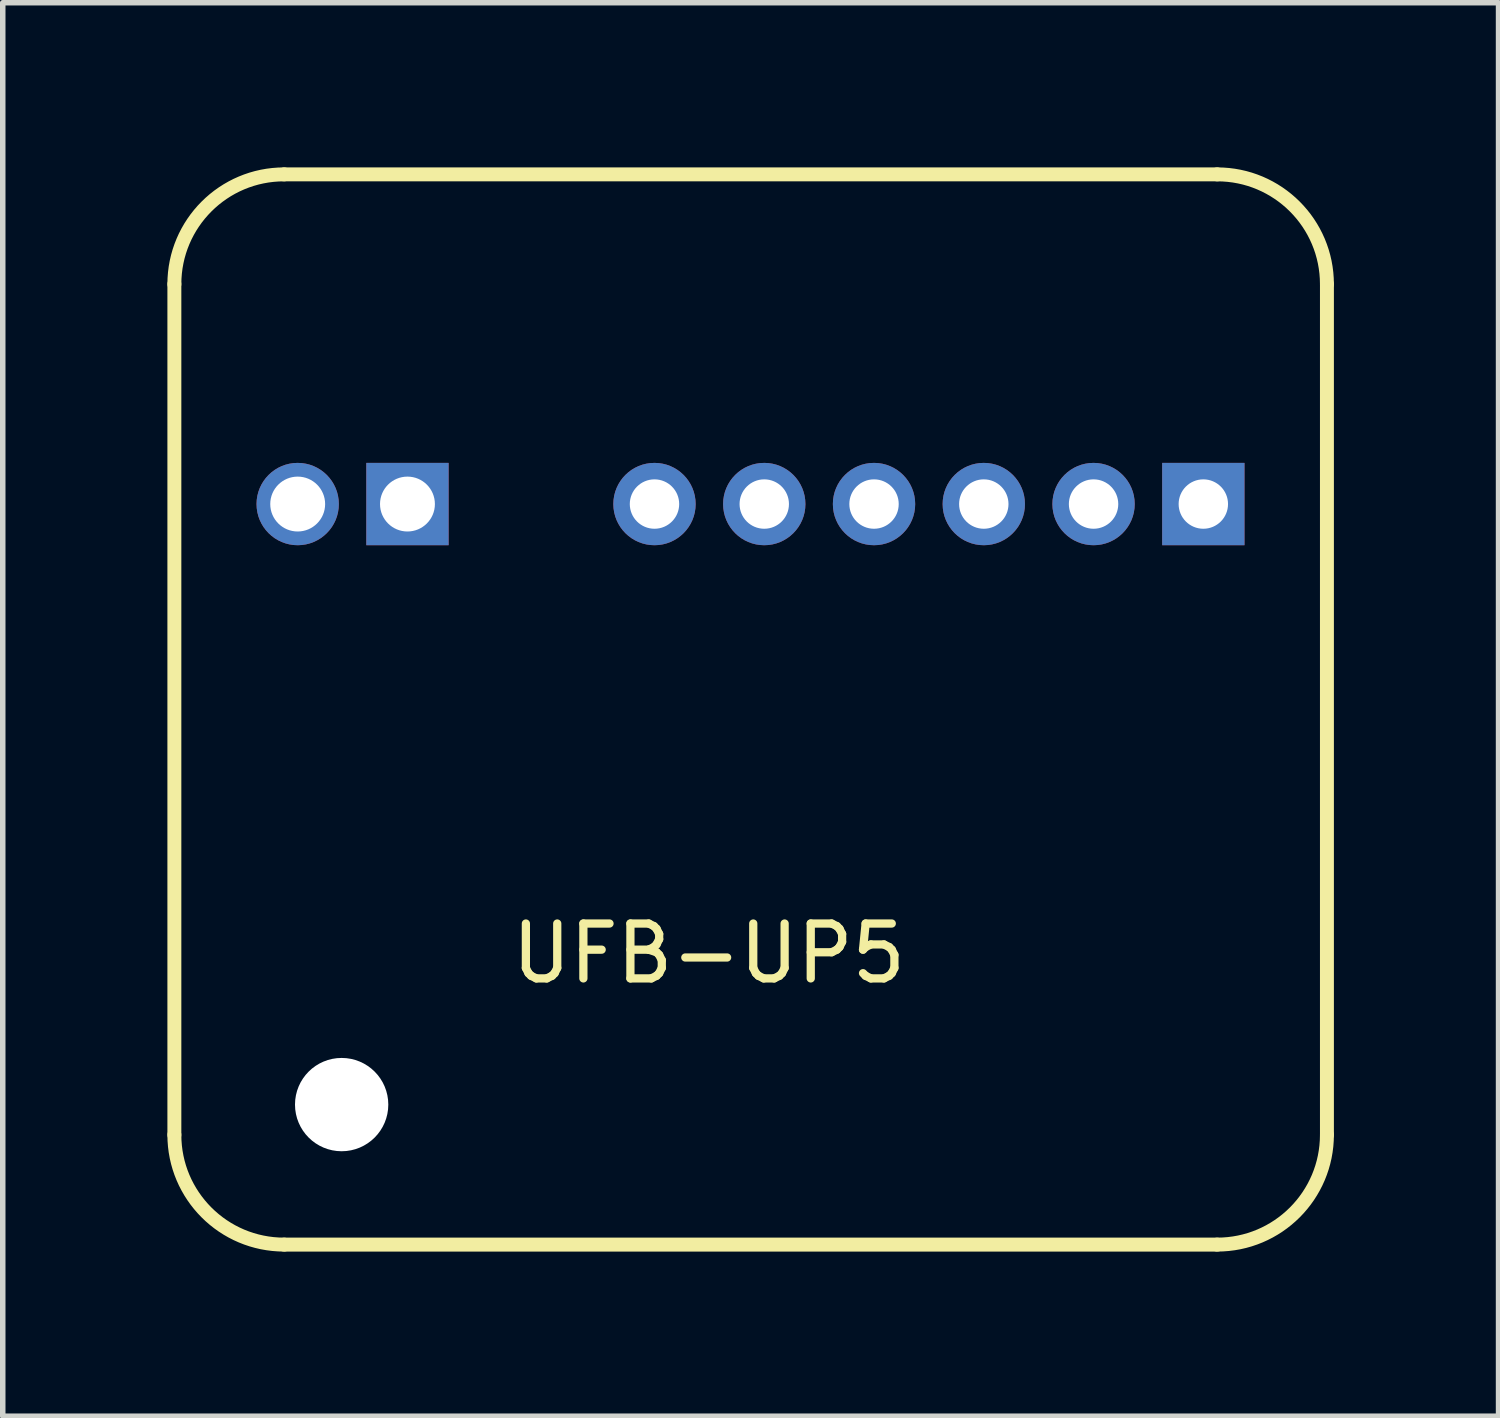
<source format=kicad_pcb>
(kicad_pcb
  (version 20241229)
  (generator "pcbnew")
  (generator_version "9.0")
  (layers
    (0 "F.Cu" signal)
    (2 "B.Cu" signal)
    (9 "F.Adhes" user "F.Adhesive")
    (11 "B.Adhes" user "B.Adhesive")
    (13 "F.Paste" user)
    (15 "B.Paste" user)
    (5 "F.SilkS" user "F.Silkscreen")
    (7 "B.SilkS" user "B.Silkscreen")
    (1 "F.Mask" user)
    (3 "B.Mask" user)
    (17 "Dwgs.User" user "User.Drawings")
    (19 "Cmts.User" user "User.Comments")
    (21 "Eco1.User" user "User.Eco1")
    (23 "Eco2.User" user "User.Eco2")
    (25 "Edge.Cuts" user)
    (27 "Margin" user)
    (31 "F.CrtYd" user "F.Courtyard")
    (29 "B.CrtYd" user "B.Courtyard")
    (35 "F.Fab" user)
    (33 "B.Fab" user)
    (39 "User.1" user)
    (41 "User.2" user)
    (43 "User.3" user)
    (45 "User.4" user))
  (footprint "UFB-UP5"
    (layer "F.Cu")
    (at 9.865 12.798)
    (property "Reference" "UFB-UP5" (at 0 1.524 0) (layer "F.SilkS") (effects (font (size 1 1) (thickness 0.15))))
    (attr through_hole)
    (fp_line (start -9.738 4.829) (end -9.738 -10.671) (stroke (width 0.254) (type solid)) (layer "F.SilkS"))
    (fp_line (start -7.738 -12.671) (end 9.262 -12.671) (stroke (width 0.254) (type solid)) (layer "F.SilkS"))
    (fp_line (start 9.262 6.829) (end -7.738 6.829) (stroke (width 0.254) (type solid)) (layer "F.SilkS"))
    (fp_line (start 11.262 4.829) (end 11.262 -10.671) (stroke (width 0.254) (type solid)) (layer "F.SilkS"))
    (fp_arc (start -9.738004 -10.670997) (mid -9.152219 -12.085208) (end -7.738008 -12.670993) (stroke (width 0.254) (type solid)) (layer "F.SilkS"))
    (fp_arc (start -7.738008 6.828993) (mid -9.152219 6.243208) (end -9.738004 4.828997) (stroke (width 0.254) (type solid)) (layer "F.SilkS"))
    (fp_arc (start 9.262008 -12.670993) (mid 10.676219 -12.085208) (end 11.262004 -10.670997) (stroke (width 0.254) (type solid)) (layer "F.SilkS"))
    (fp_arc (start 11.262004 4.828997) (mid 10.676219 6.243208) (end 9.262008 6.828993) (stroke (width 0.254) (type solid)) (layer "F.SilkS"))
    (pad "" np_thru_hole circle (at -6.69 4.278) (size 1.7 1.7) (drill 1.7) (layers "*.Cu" "*.Mask"))
    (pad "1" thru_hole circle (at -7.491 -6.664) (size 1.5 1.5) (drill 1) (layers "*.Cu" "*.Mask"))
    (pad "2" thru_hole rect (at -5.491 -6.664) (size 1.5 1.5) (drill 1) (layers "*.Cu" "*.Mask"))
    (pad "3" thru_hole circle (at -0.99 -6.664) (size 1.5 1.5) (drill 0.9) (layers "*.Cu" "*.Mask"))
    (pad "4" thru_hole circle (at 1.01 -6.664) (size 1.5 1.5) (drill 0.9) (layers "*.Cu" "*.Mask"))
    (pad "5" thru_hole circle (at 3.01 -6.664) (size 1.5 1.5) (drill 0.9) (layers "*.Cu" "*.Mask"))
    (pad "6" thru_hole circle (at 5.01 -6.664) (size 1.5 1.5) (drill 0.9) (layers "*.Cu" "*.Mask"))
    (pad "7" thru_hole circle (at 7.01 -6.664) (size 1.5 1.5) (drill 0.9) (layers "*.Cu" "*.Mask"))
    (pad "8" thru_hole rect (at 9.01 -6.664) (size 1.5 1.5) (drill 0.9) (layers "*.Cu" "*.Mask")))
  (gr_rect
    (start -3 -3)
    (end 24.254 22.754)
    (stroke (width 0.1) (type default))
    (fill no)
    (layer "Edge.Cuts")))
</source>
